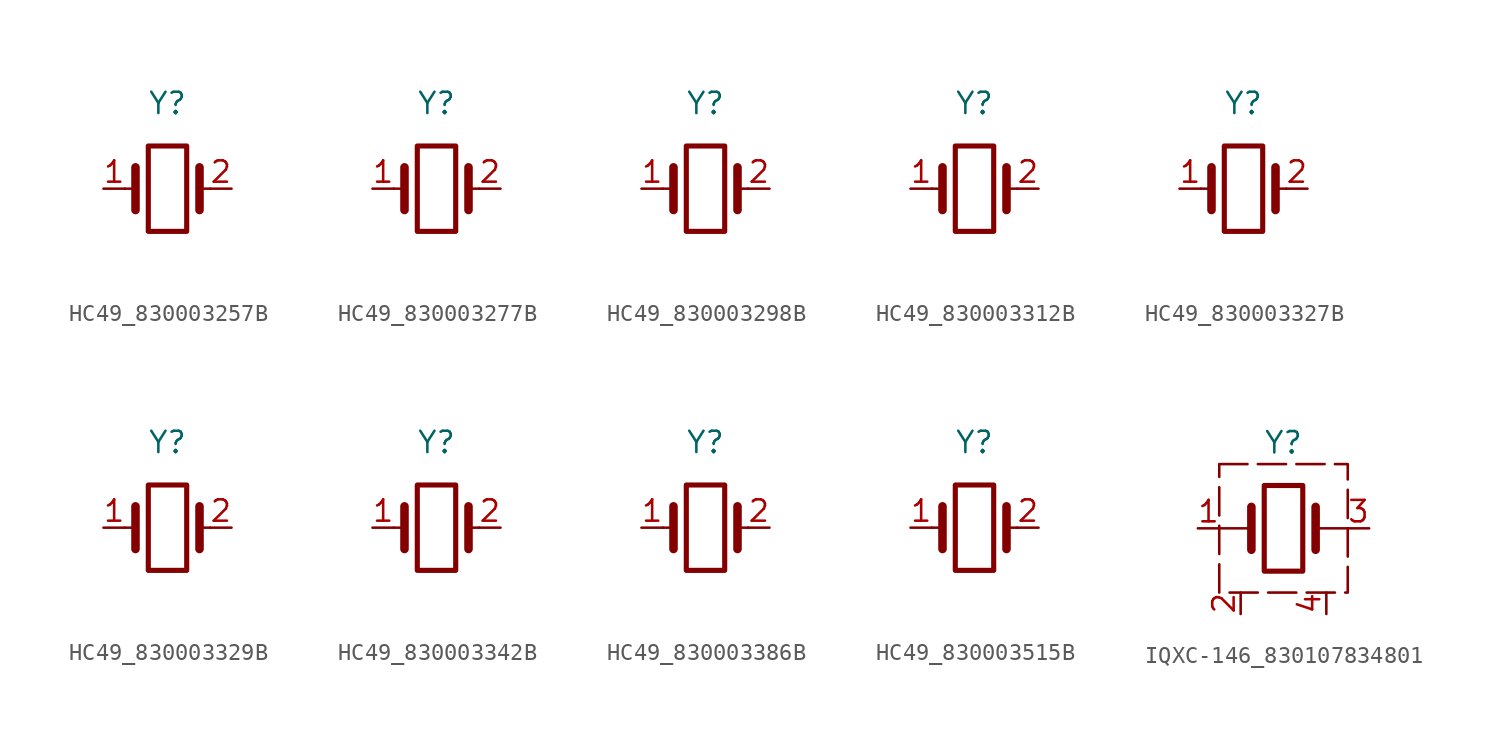
<source format=kicad_sym>
(kicad_symbol_lib
  (version 20220914)
  (generator kicad_symbol_editor)
  (symbol "HC49_830003257B"
    (pin_names hide)
    (property "Reference" "Y"
      (at 0 5.08 0)
      (effects (font (size 1.27 1.27))))
    (property "Critical Parameter" ""
      (at 0 -5.08 0)
      (effects (font (size 1.27 1.27)) (justify left)))
    (symbol "HC49_830003257B_0_1"
      (rectangle (start -1.143 2.54) (end 1.143 -2.54) (stroke (width 0.305) (type default)) (fill (type none)))
      (polyline (pts (xy -2.54 0) (xy -1.905 0)) (stroke (width 0) (type default)) (fill (type none)))
      (polyline (pts (xy -1.905 -1.27) (xy -1.905 1.27)) (stroke (width 0.508) (type default)) (fill (type none)))
      (polyline (pts (xy 1.905 -1.27) (xy 1.905 1.27)) (stroke (width 0.508) (type default)) (fill (type none)))
      (polyline (pts (xy 2.54 0) (xy 1.905 0)) (stroke (width 0) (type default)) (fill (type none))))
    (symbol "HC49_830003257B_1_1"
      (pin passive line (at -3.81 0 0) (length 1.27) (name "1" (effects (font (size 1.27 1.27)))) (number "1" (effects (font (size 1.27 1.27)))))
      (pin passive line (at 3.81 0 180) (length 1.27) (name "2" (effects (font (size 1.27 1.27)))) (number "2" (effects (font (size 1.27 1.27)))))))
  (symbol "HC49_830003277B"
    (pin_names hide)
    (property "Reference" "Y"
      (at 0 5.08 0)
      (effects (font (size 1.27 1.27))))
    (property "Critical Parameter" ""
      (at 0 -5.08 0)
      (effects (font (size 1.27 1.27)) (justify left)))
    (symbol "HC49_830003277B_0_1"
      (rectangle (start -1.143 2.54) (end 1.143 -2.54) (stroke (width 0.305) (type default)) (fill (type none)))
      (polyline (pts (xy -2.54 0) (xy -1.905 0)) (stroke (width 0) (type default)) (fill (type none)))
      (polyline (pts (xy -1.905 -1.27) (xy -1.905 1.27)) (stroke (width 0.508) (type default)) (fill (type none)))
      (polyline (pts (xy 1.905 -1.27) (xy 1.905 1.27)) (stroke (width 0.508) (type default)) (fill (type none)))
      (polyline (pts (xy 2.54 0) (xy 1.905 0)) (stroke (width 0) (type default)) (fill (type none))))
    (symbol "HC49_830003277B_1_1"
      (pin passive line (at -3.81 0 0) (length 1.27) (name "1" (effects (font (size 1.27 1.27)))) (number "1" (effects (font (size 1.27 1.27)))))
      (pin passive line (at 3.81 0 180) (length 1.27) (name "2" (effects (font (size 1.27 1.27)))) (number "2" (effects (font (size 1.27 1.27)))))))
  (symbol "HC49_830003298B"
    (pin_names hide)
    (property "Reference" "Y"
      (at 0 5.08 0)
      (effects (font (size 1.27 1.27))))
    (property "Critical Parameter" ""
      (at 0 -5.08 0)
      (effects (font (size 1.27 1.27)) (justify left)))
    (symbol "HC49_830003298B_0_1"
      (rectangle (start -1.143 2.54) (end 1.143 -2.54) (stroke (width 0.305) (type default)) (fill (type none)))
      (polyline (pts (xy -2.54 0) (xy -1.905 0)) (stroke (width 0) (type default)) (fill (type none)))
      (polyline (pts (xy -1.905 -1.27) (xy -1.905 1.27)) (stroke (width 0.508) (type default)) (fill (type none)))
      (polyline (pts (xy 1.905 -1.27) (xy 1.905 1.27)) (stroke (width 0.508) (type default)) (fill (type none)))
      (polyline (pts (xy 2.54 0) (xy 1.905 0)) (stroke (width 0) (type default)) (fill (type none))))
    (symbol "HC49_830003298B_1_1"
      (pin passive line (at -3.81 0 0) (length 1.27) (name "1" (effects (font (size 1.27 1.27)))) (number "1" (effects (font (size 1.27 1.27)))))
      (pin passive line (at 3.81 0 180) (length 1.27) (name "2" (effects (font (size 1.27 1.27)))) (number "2" (effects (font (size 1.27 1.27)))))))
  (symbol "HC49_830003312B"
    (pin_names hide)
    (property "Reference" "Y"
      (at 0 5.08 0)
      (effects (font (size 1.27 1.27))))
    (property "Critical Parameter" ""
      (at 0 -5.08 0)
      (effects (font (size 1.27 1.27)) (justify left)))
    (symbol "HC49_830003312B_0_1"
      (rectangle (start -1.143 2.54) (end 1.143 -2.54) (stroke (width 0.305) (type default)) (fill (type none)))
      (polyline (pts (xy -2.54 0) (xy -1.905 0)) (stroke (width 0) (type default)) (fill (type none)))
      (polyline (pts (xy -1.905 -1.27) (xy -1.905 1.27)) (stroke (width 0.508) (type default)) (fill (type none)))
      (polyline (pts (xy 1.905 -1.27) (xy 1.905 1.27)) (stroke (width 0.508) (type default)) (fill (type none)))
      (polyline (pts (xy 2.54 0) (xy 1.905 0)) (stroke (width 0) (type default)) (fill (type none))))
    (symbol "HC49_830003312B_1_1"
      (pin passive line (at -3.81 0 0) (length 1.27) (name "1" (effects (font (size 1.27 1.27)))) (number "1" (effects (font (size 1.27 1.27)))))
      (pin passive line (at 3.81 0 180) (length 1.27) (name "2" (effects (font (size 1.27 1.27)))) (number "2" (effects (font (size 1.27 1.27)))))))
  (symbol "HC49_830003327B"
    (pin_names hide)
    (property "Reference" "Y"
      (at 0 5.08 0)
      (effects (font (size 1.27 1.27))))
    (property "Critical Parameter" ""
      (at 0 -5.08 0)
      (effects (font (size 1.27 1.27)) (justify left)))
    (symbol "HC49_830003327B_0_1"
      (rectangle (start -1.143 2.54) (end 1.143 -2.54) (stroke (width 0.305) (type default)) (fill (type none)))
      (polyline (pts (xy -2.54 0) (xy -1.905 0)) (stroke (width 0) (type default)) (fill (type none)))
      (polyline (pts (xy -1.905 -1.27) (xy -1.905 1.27)) (stroke (width 0.508) (type default)) (fill (type none)))
      (polyline (pts (xy 1.905 -1.27) (xy 1.905 1.27)) (stroke (width 0.508) (type default)) (fill (type none)))
      (polyline (pts (xy 2.54 0) (xy 1.905 0)) (stroke (width 0) (type default)) (fill (type none))))
    (symbol "HC49_830003327B_1_1"
      (pin passive line (at -3.81 0 0) (length 1.27) (name "1" (effects (font (size 1.27 1.27)))) (number "1" (effects (font (size 1.27 1.27)))))
      (pin passive line (at 3.81 0 180) (length 1.27) (name "2" (effects (font (size 1.27 1.27)))) (number "2" (effects (font (size 1.27 1.27)))))))
  (symbol "HC49_830003329B"
    (pin_names hide)
    (property "Reference" "Y"
      (at 0 5.08 0)
      (effects (font (size 1.27 1.27))))
    (property "Critical Parameter" ""
      (at 0 -5.08 0)
      (effects (font (size 1.27 1.27)) (justify left)))
    (symbol "HC49_830003329B_0_1"
      (rectangle (start -1.143 2.54) (end 1.143 -2.54) (stroke (width 0.305) (type default)) (fill (type none)))
      (polyline (pts (xy -2.54 0) (xy -1.905 0)) (stroke (width 0) (type default)) (fill (type none)))
      (polyline (pts (xy -1.905 -1.27) (xy -1.905 1.27)) (stroke (width 0.508) (type default)) (fill (type none)))
      (polyline (pts (xy 1.905 -1.27) (xy 1.905 1.27)) (stroke (width 0.508) (type default)) (fill (type none)))
      (polyline (pts (xy 2.54 0) (xy 1.905 0)) (stroke (width 0) (type default)) (fill (type none))))
    (symbol "HC49_830003329B_1_1"
      (pin passive line (at -3.81 0 0) (length 1.27) (name "1" (effects (font (size 1.27 1.27)))) (number "1" (effects (font (size 1.27 1.27)))))
      (pin passive line (at 3.81 0 180) (length 1.27) (name "2" (effects (font (size 1.27 1.27)))) (number "2" (effects (font (size 1.27 1.27)))))))
  (symbol "HC49_830003342B"
    (pin_names hide)
    (property "Reference" "Y"
      (at 0 5.08 0)
      (effects (font (size 1.27 1.27))))
    (property "Critical Parameter" ""
      (at 0 -5.08 0)
      (effects (font (size 1.27 1.27)) (justify left)))
    (symbol "HC49_830003342B_0_1"
      (rectangle (start -1.143 2.54) (end 1.143 -2.54) (stroke (width 0.305) (type default)) (fill (type none)))
      (polyline (pts (xy -2.54 0) (xy -1.905 0)) (stroke (width 0) (type default)) (fill (type none)))
      (polyline (pts (xy -1.905 -1.27) (xy -1.905 1.27)) (stroke (width 0.508) (type default)) (fill (type none)))
      (polyline (pts (xy 1.905 -1.27) (xy 1.905 1.27)) (stroke (width 0.508) (type default)) (fill (type none)))
      (polyline (pts (xy 2.54 0) (xy 1.905 0)) (stroke (width 0) (type default)) (fill (type none))))
    (symbol "HC49_830003342B_1_1"
      (pin passive line (at -3.81 0 0) (length 1.27) (name "1" (effects (font (size 1.27 1.27)))) (number "1" (effects (font (size 1.27 1.27)))))
      (pin passive line (at 3.81 0 180) (length 1.27) (name "2" (effects (font (size 1.27 1.27)))) (number "2" (effects (font (size 1.27 1.27)))))))
  (symbol "HC49_830003386B"
    (pin_names hide)
    (property "Reference" "Y"
      (at 0 5.08 0)
      (effects (font (size 1.27 1.27))))
    (property "Critical Parameter" ""
      (at 0 -5.08 0)
      (effects (font (size 1.27 1.27)) (justify left)))
    (symbol "HC49_830003386B_0_1"
      (rectangle (start -1.143 2.54) (end 1.143 -2.54) (stroke (width 0.305) (type default)) (fill (type none)))
      (polyline (pts (xy -2.54 0) (xy -1.905 0)) (stroke (width 0) (type default)) (fill (type none)))
      (polyline (pts (xy -1.905 -1.27) (xy -1.905 1.27)) (stroke (width 0.508) (type default)) (fill (type none)))
      (polyline (pts (xy 1.905 -1.27) (xy 1.905 1.27)) (stroke (width 0.508) (type default)) (fill (type none)))
      (polyline (pts (xy 2.54 0) (xy 1.905 0)) (stroke (width 0) (type default)) (fill (type none))))
    (symbol "HC49_830003386B_1_1"
      (pin passive line (at -3.81 0 0) (length 1.27) (name "1" (effects (font (size 1.27 1.27)))) (number "1" (effects (font (size 1.27 1.27)))))
      (pin passive line (at 3.81 0 180) (length 1.27) (name "2" (effects (font (size 1.27 1.27)))) (number "2" (effects (font (size 1.27 1.27)))))))
  (symbol "HC49_830003515B"
    (pin_names hide)
    (property "Reference" "Y"
      (at 0 5.08 0)
      (effects (font (size 1.27 1.27))))
    (property "Critical Parameter" ""
      (at 0 -5.08 0)
      (effects (font (size 1.27 1.27)) (justify left)))
    (symbol "HC49_830003515B_0_1"
      (rectangle (start -1.143 2.54) (end 1.143 -2.54) (stroke (width 0.305) (type default)) (fill (type none)))
      (polyline (pts (xy -2.54 0) (xy -1.905 0)) (stroke (width 0) (type default)) (fill (type none)))
      (polyline (pts (xy -1.905 -1.27) (xy -1.905 1.27)) (stroke (width 0.508) (type default)) (fill (type none)))
      (polyline (pts (xy 1.905 -1.27) (xy 1.905 1.27)) (stroke (width 0.508) (type default)) (fill (type none)))
      (polyline (pts (xy 2.54 0) (xy 1.905 0)) (stroke (width 0) (type default)) (fill (type none))))
    (symbol "HC49_830003515B_1_1"
      (pin passive line (at -3.81 0 0) (length 1.27) (name "1" (effects (font (size 1.27 1.27)))) (number "1" (effects (font (size 1.27 1.27)))))
      (pin passive line (at 3.81 0 180) (length 1.27) (name "2" (effects (font (size 1.27 1.27)))) (number "2" (effects (font (size 1.27 1.27)))))))
  (symbol "IQXC-146_830107834801"
    (pin_names hide)
    (property "Reference" "Y"
      (at 0 5.08 0)
      (effects (font (size 1.27 1.27))))
    (property "Critical Parameter" ""
      (at 0 -5.08 0)
      (effects (font (size 1.27 1.27)) (justify left)))
    (symbol "IQXC-146_830107834801_0_1"
      (rectangle (start -1.143 2.54) (end 1.143 -2.54) (stroke (width 0.305) (type default)) (fill (type none)))
      (polyline (pts (xy -3.81 0) (xy -1.905 0)) (stroke (width 0) (type default)) (fill (type none)))
      (polyline (pts (xy -1.905 -1.27) (xy -1.905 1.27)) (stroke (width 0.508) (type default)) (fill (type none)))
      (polyline (pts (xy 1.905 -1.27) (xy 1.905 1.27)) (stroke (width 0.508) (type default)) (fill (type none)))
      (polyline (pts (xy 3.81 0) (xy 1.905 0)) (stroke (width 0) (type default)) (fill (type none))))
    (symbol "IQXC-146_830107834801_1_1"
      (rectangle (start -3.81 3.81) (end 3.81 -3.81) (stroke (width 0) (type dash)) (fill (type none)))
      (pin passive line (at -5.08 0 0) (length 1.27) (name "1" (effects (font (size 1.27 1.27)))) (number "1" (effects (font (size 1.27 1.27)))))
      (pin passive line (at -2.54 -5.08 90) (length 1.27) (name "GND" (effects (font (size 1.27 1.27)))) (number "2" (effects (font (size 1.27 1.27)))))
      (pin passive line (at 5.08 0 180) (length 1.27) (name "3" (effects (font (size 1.27 1.27)))) (number "3" (effects (font (size 1.27 1.27)))))
      (pin passive line (at 2.54 -5.08 90) (length 1.27) (name "GND1" (effects (font (size 1.27 1.27)))) (number "4" (effects (font (size 1.27 1.27))))))))
</source>
